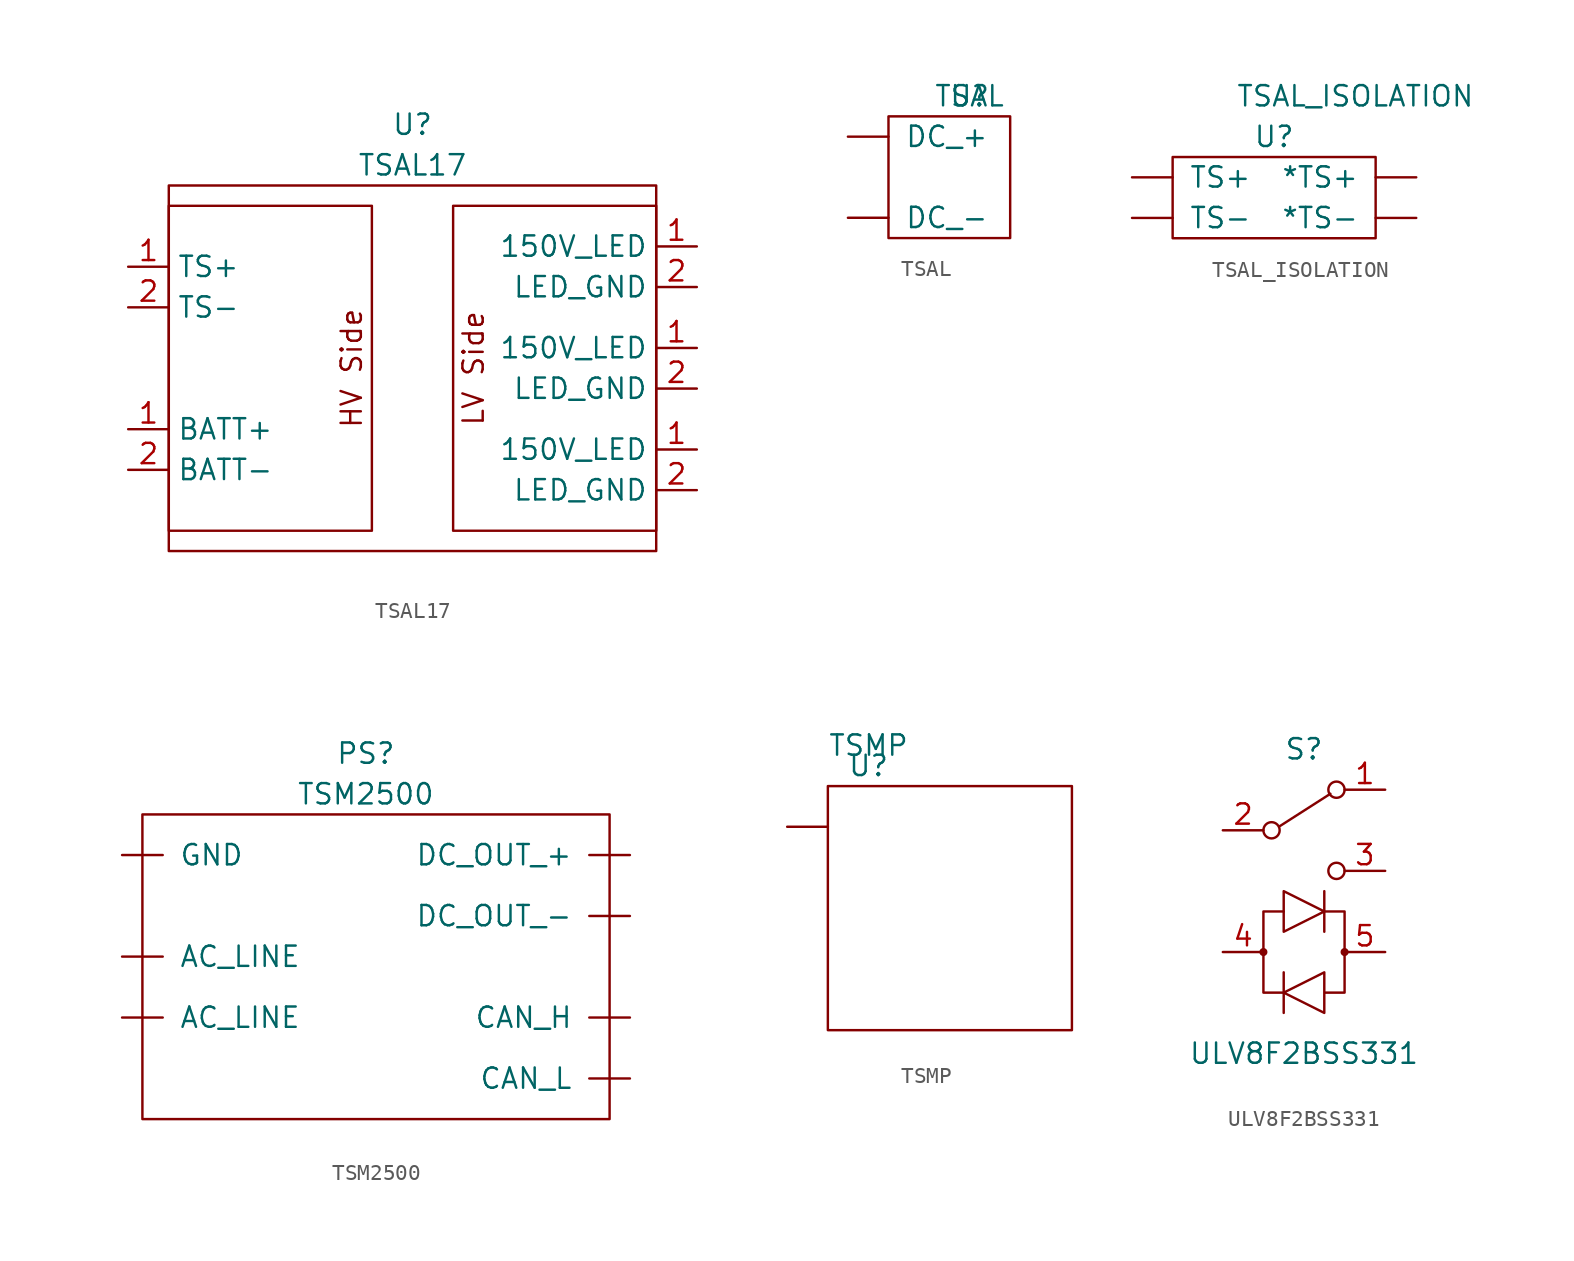
<source format=kicad_sym>
(kicad_symbol_lib
  (version 20211014)
  (generator kicad_symbol_editor)
  (symbol "TSAL17"
    (property "Reference" "U"
      (at 0 3.81 0)
      (effects (font (size 1.27 1.27))))
    (property "Value" "TSAL17"
      (at 0 1.27 0)
      (effects (font (size 1.27 1.27))))
    (symbol "TSAL17_0_0"
      (text "HV Side" (at -3.81 -11.43 900) (effects (font (size 1.27 1.27))))
      (text "LV Side" (at 3.81 -11.43 900) (effects (font (size 1.27 1.27)))))
    (symbol "TSAL17_0_1"
      (rectangle (start -15.24 -1.27) (end -2.54 -21.59) (stroke (width 0) (type default) (color 0 0 0 0)) (fill (type none)))
      (rectangle (start -15.24 0) (end 15.24 -22.86) (stroke (width 0) (type default) (color 0 0 0 0)) (fill (type none)))
      (rectangle (start 2.54 -1.27) (end 15.24 -21.59) (stroke (width 0) (type default) (color 0 0 0 0)) (fill (type none))))
    (symbol "TSAL17_1_1"
      (pin passive line (at 17.78 -16.51 180) (length 2.54) (name "150V_LED" (effects (font (size 1.27 1.27)))) (number "1" (effects (font (size 1.27 1.27)))))
      (pin passive line (at 17.78 -10.16 180) (length 2.54) (name "150V_LED" (effects (font (size 1.27 1.27)))) (number "1" (effects (font (size 1.27 1.27)))))
      (pin passive line (at 17.78 -3.81 180) (length 2.54) (name "150V_LED" (effects (font (size 1.27 1.27)))) (number "1" (effects (font (size 1.27 1.27)))))
      (pin passive line (at -17.78 -15.24 0) (length 2.54) (name "BATT+" (effects (font (size 1.27 1.27)))) (number "1" (effects (font (size 1.27 1.27)))))
      (pin passive line (at -17.78 -5.08 0) (length 2.54) (name "TS+" (effects (font (size 1.27 1.27)))) (number "1" (effects (font (size 1.27 1.27)))))
      (pin passive line (at -17.78 -17.78 0) (length 2.54) (name "BATT-" (effects (font (size 1.27 1.27)))) (number "2" (effects (font (size 1.27 1.27)))))
      (pin passive line (at 17.78 -19.05 180) (length 2.54) (name "LED_GND" (effects (font (size 1.27 1.27)))) (number "2" (effects (font (size 1.27 1.27)))))
      (pin passive line (at 17.78 -12.7 180) (length 2.54) (name "LED_GND" (effects (font (size 1.27 1.27)))) (number "2" (effects (font (size 1.27 1.27)))))
      (pin passive line (at 17.78 -6.35 180) (length 2.54) (name "LED_GND" (effects (font (size 1.27 1.27)))) (number "2" (effects (font (size 1.27 1.27)))))
      (pin passive line (at -17.78 -7.62 0) (length 2.54) (name "TS-" (effects (font (size 1.27 1.27)))) (number "2" (effects (font (size 1.27 1.27)))))))
  (symbol "TSAL"
    (pin_names
      (offset 1.016))
    (property "Reference" "U"
      (at 0 0 0)
      (effects (font (size 1.27 1.27))))
    (property "Value" "TSAL"
      (at 0 0 0)
      (effects (font (size 1.27 1.27))))
    (symbol "TSAL_0_1"
      (rectangle (start -5.08 -1.27) (end 2.54 -8.89) (stroke (width 0) (type default) (color 0 0 0 0)) (fill (type none))))
    (symbol "TSAL_1_1"
      (pin input line (at -7.62 -2.54 0) (length 2.54) (name "DC_+" (effects (font (size 1.27 1.27)))) (number "~" (effects (font (size 1.27 1.27)))))
      (pin input line (at -7.62 -7.62 0) (length 2.54) (name "DC_-" (effects (font (size 1.27 1.27)))) (number "~" (effects (font (size 1.27 1.27)))))))
  (symbol "TSAL_ISOLATION"
    (pin_names
      (offset 1.016))
    (property "Reference" "U"
      (at 0 1.27 0)
      (effects (font (size 1.27 1.27))))
    (property "Value" "TSAL_ISOLATION"
      (at 5.08 3.81 0)
      (effects (font (size 1.27 1.27))))
    (symbol "TSAL_ISOLATION_0_1"
      (rectangle (start 6.35 -5.08) (end -6.35 0) (stroke (width 0) (type default) (color 0 0 0 0)) (fill (type none))))
    (symbol "TSAL_ISOLATION_1_1"
      (pin output line (at 8.89 -1.27 180) (length 2.54) (name "*TS+" (effects (font (size 1.27 1.27)))) (number "~" (effects (font (size 1.27 1.27)))))
      (pin output line (at 8.89 -3.81 180) (length 2.54) (name "*TS-" (effects (font (size 1.27 1.27)))) (number "~" (effects (font (size 1.27 1.27)))))
      (pin input line (at -8.89 -1.27 0) (length 2.54) (name "TS+" (effects (font (size 1.27 1.27)))) (number "~" (effects (font (size 1.27 1.27)))))
      (pin input line (at -8.89 -3.81 0) (length 2.54) (name "TS-" (effects (font (size 1.27 1.27)))) (number "~" (effects (font (size 1.27 1.27)))))))
  (symbol "TSM2500"
    (pin_names
      (offset 1.016))
    (property "Reference" "PS"
      (at 0 2.54 0)
      (effects (font (size 1.27 1.27))))
    (property "Value" "TSM2500"
      (at 0 0 0)
      (effects (font (size 1.27 1.27))))
    (symbol "TSM2500_0_1"
      (rectangle (start -13.97 -1.27) (end 15.24 -20.32) (stroke (width 0) (type default) (color 0 0 0 0)) (fill (type none))))
    (symbol "TSM2500_1_1"
      (pin power_in line (at -15.24 -13.97 0) (length 2.54) (name "AC_LINE" (effects (font (size 1.27 1.27)))) (number "~" (effects (font (size 1.27 1.27)))))
      (pin power_in line (at -15.24 -10.16 0) (length 2.54) (name "AC_LINE" (effects (font (size 1.27 1.27)))) (number "~" (effects (font (size 1.27 1.27)))))
      (pin bidirectional line (at 16.51 -13.97 180) (length 2.54) (name "CAN_H" (effects (font (size 1.27 1.27)))) (number "~" (effects (font (size 1.27 1.27)))))
      (pin bidirectional line (at 16.51 -17.78 180) (length 2.54) (name "CAN_L" (effects (font (size 1.27 1.27)))) (number "~" (effects (font (size 1.27 1.27)))))
      (pin power_out line (at 16.51 -3.81 180) (length 2.54) (name "DC_OUT_+" (effects (font (size 1.27 1.27)))) (number "~" (effects (font (size 1.27 1.27)))))
      (pin power_out line (at 16.51 -7.62 180) (length 2.54) (name "DC_OUT_-" (effects (font (size 1.27 1.27)))) (number "~" (effects (font (size 1.27 1.27)))))
      (pin power_in line (at -15.24 -3.81 0) (length 2.54) (name "GND" (effects (font (size 1.27 1.27)))) (number "~" (effects (font (size 1.27 1.27)))))))
  (symbol "TSMP"
    (pin_names
      (offset 1.016))
    (property "Reference" "U"
      (at 0 0 0)
      (effects (font (size 1.27 1.27))))
    (property "Value" "TSMP"
      (at 0 1.27 0)
      (effects (font (size 1.27 1.27))))
    (symbol "TSMP_0_1"
      (rectangle (start -2.54 -1.27) (end 12.7 -16.51) (stroke (width 0) (type default) (color 0 0 0 0)) (fill (type none))))
    (symbol "TSMP_1_1"
      (pin input line (at -5.08 -3.81 0) (length 2.54) (name "~" (effects (font (size 1.27 1.27)))) (number "~" (effects (font (size 1.27 1.27)))))))
  (symbol "ULV8F2BSS331"
    (pin_names
      (offset 0) hide)
    (property "Reference" "S"
      (at 0 10.16 0)
      (effects (font (size 1.27 1.27))))
    (property "Value" "ULV8F2BSS331"
      (at 0 -8.89 0)
      (effects (font (size 1.27 1.27))))
    (symbol "ULV8F2BSS331_0_0"
      (circle (center -2.032 5.08) (radius 0.508) (stroke (width 0) (type default) (color 0 0 0 0)) (fill (type none)))
      (circle (center 2.032 2.54) (radius 0.508) (stroke (width 0) (type default) (color 0 0 0 0)) (fill (type none))))
    (symbol "ULV8F2BSS331_0_1"
      (circle (center -2.54 -2.54) (radius 0.127) (stroke (width 0) (type default) (color 0 0 0 0)) (fill (type none)))
      (circle (center -2.54 -2.54) (radius 0.178) (stroke (width 0) (type default) (color 0 0 0 0)) (fill (type none)))
      (polyline (pts (xy -1.524 5.334) (xy 1.651 7.366)) (stroke (width 0) (type default) (color 0 0 0 0)) (fill (type none)))
      (polyline (pts (xy -2.54 -2.54) (xy -2.54 0) (xy -1.27 0)) (stroke (width 0) (type default) (color 0 0 0 0)) (fill (type none)))
      (polyline (pts (xy -1.27 -5.08) (xy -2.54 -5.08) (xy -2.54 -2.54)) (stroke (width 0) (type default) (color 0 0 0 0)) (fill (type none)))
      (polyline (pts (xy -1.27 -5.08) (xy -1.27 -3.81) (xy -1.27 -6.35)) (stroke (width 0) (type default) (color 0 0 0 0)) (fill (type none)))
      (polyline (pts (xy 1.27 0) (xy 1.27 1.27) (xy 1.27 -1.27)) (stroke (width 0) (type default) (color 0 0 0 0)) (fill (type none)))
      (polyline (pts (xy 2.54 -2.54) (xy 2.54 0) (xy 1.27 0)) (stroke (width 0) (type default) (color 0 0 0 0)) (fill (type none)))
      (polyline (pts (xy -1.27 0) (xy -1.27 1.27) (xy 1.27 0) (xy -1.27 -1.27) (xy -1.27 0)) (stroke (width 0) (type default) (color 0 0 0 0)) (fill (type none)))
      (polyline (pts (xy 2.54 -2.54) (xy 2.54 -5.08) (xy 1.27 -5.08) (xy 1.27 -3.81) (xy -1.27 -5.08) (xy 1.27 -6.35) (xy 1.27 -5.08)) (stroke (width 0) (type default) (color 0 0 0 0)) (fill (type none)))
      (circle (center 2.032 7.62) (radius 0.508) (stroke (width 0) (type default) (color 0 0 0 0)) (fill (type none)))
      (circle (center 2.54 -2.54) (radius 0.127) (stroke (width 0) (type default) (color 0 0 0 0)) (fill (type none)))
      (circle (center 2.54 -2.54) (radius 0.178) (stroke (width 0) (type default) (color 0 0 0 0)) (fill (type none))))
    (symbol "ULV8F2BSS331_1_1"
      (pin passive line (at 5.08 7.62 180) (length 2.54) (name "A" (effects (font (size 1.27 1.27)))) (number "1" (effects (font (size 1.27 1.27)))))
      (pin passive line (at -5.08 5.08 0) (length 2.54) (name "B" (effects (font (size 1.27 1.27)))) (number "2" (effects (font (size 1.27 1.27)))))
      (pin passive line (at 5.08 2.54 180) (length 2.54) (name "C" (effects (font (size 1.27 1.27)))) (number "3" (effects (font (size 1.27 1.27)))))
      (pin bidirectional line (at -5.08 -2.54 0) (length 2.54) (name "LED(+)" (effects (font (size 1.27 1.27)))) (number "4" (effects (font (size 1.27 1.27)))))
      (pin bidirectional line (at 5.08 -2.54 180) (length 2.54) (name "LED(-)" (effects (font (size 1.27 1.27)))) (number "5" (effects (font (size 1.27 1.27))))))))
</source>
